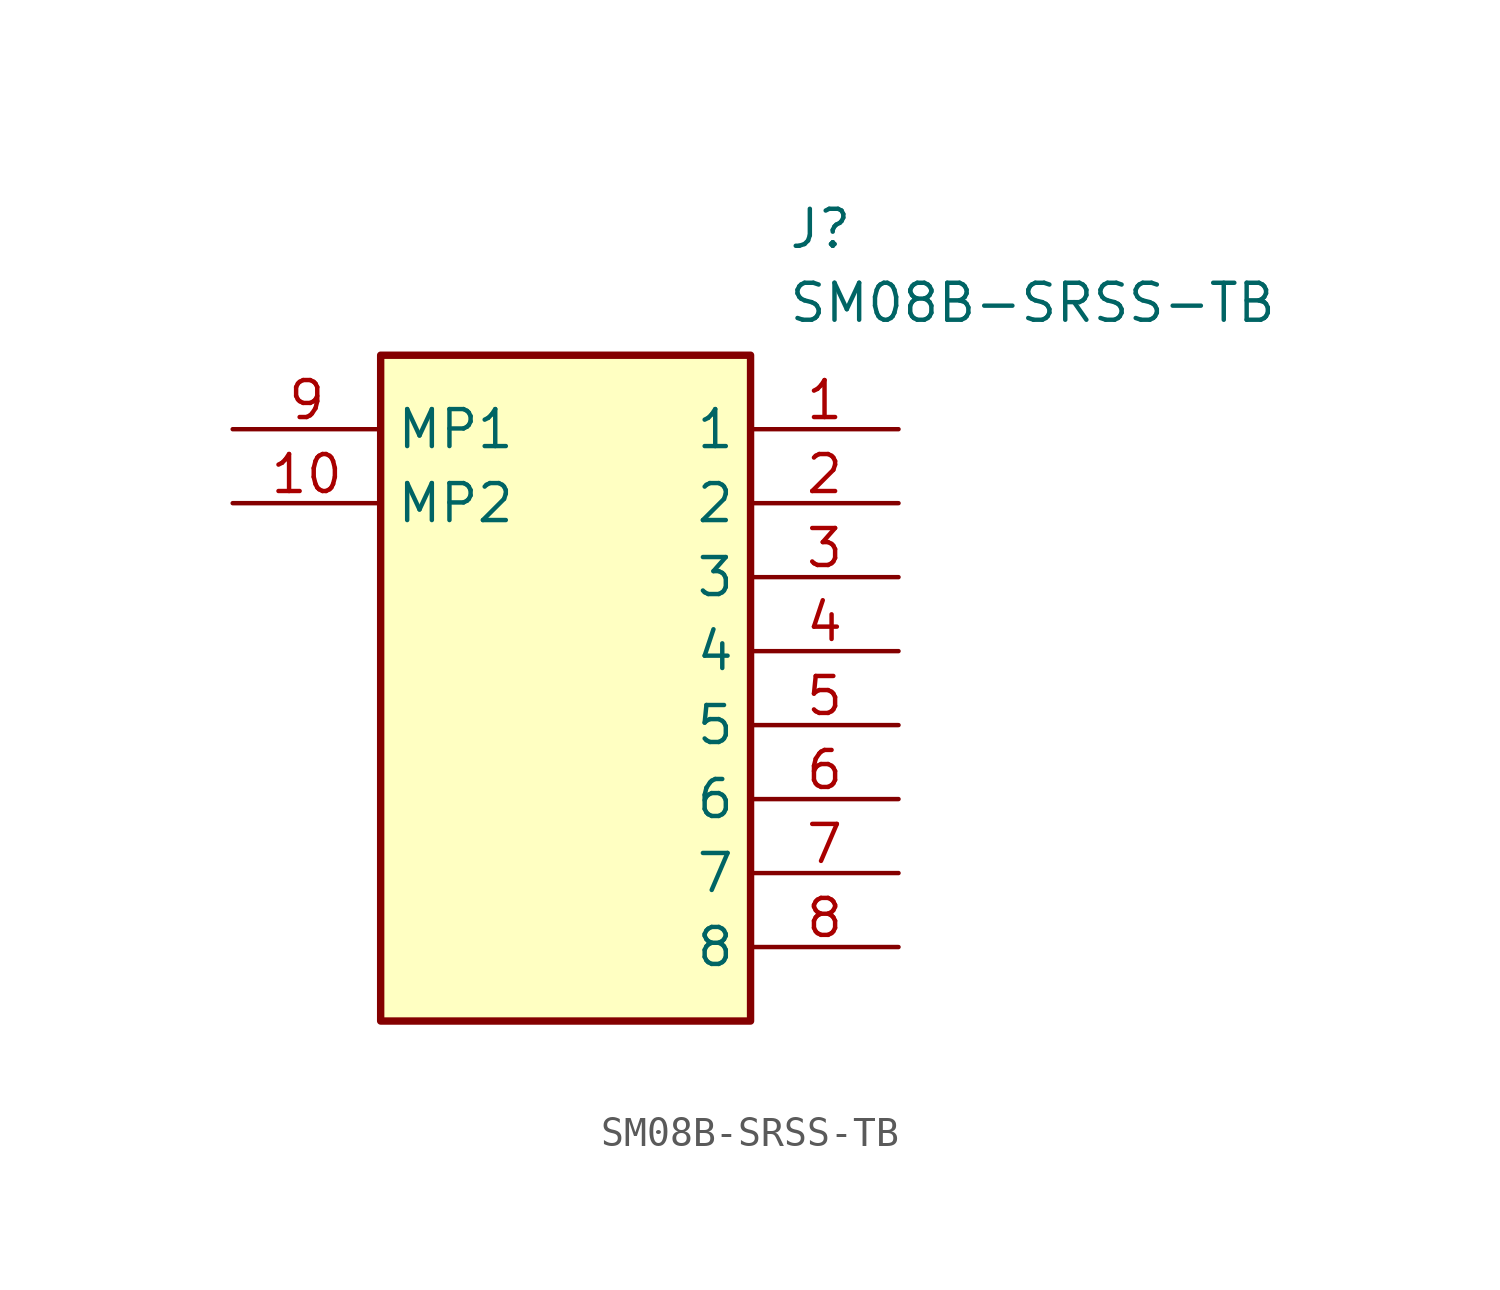
<source format=kicad_sym>
(kicad_symbol_lib
  (version 20211014)
  (generator SamacSys_ECAD_Model)
  (symbol "SM08B-SRSS-TB"
    (property "Reference" "J"
      (at 19.05 7.62 0)
      (effects (font (size 1.27 1.27)) (justify left top)))
    (property "Value" "SM08B-SRSS-TB"
      (at 19.05 5.08 0)
      (effects (font (size 1.27 1.27)) (justify left top)))
    (rectangle
      (start 5.08 2.54)
      (end 17.78 -20.32)
      (stroke (width 0.254) (type default))
      (fill (type background)))
    (pin passive line
      (at 22.86 0 180)
      (length 5.08)
      (name "1" (effects (font (size 1.27 1.27))))
      (number "1" (effects (font (size 1.27 1.27)))))
    (pin passive line
      (at 22.86 -2.54 180)
      (length 5.08)
      (name "2" (effects (font (size 1.27 1.27))))
      (number "2" (effects (font (size 1.27 1.27)))))
    (pin passive line
      (at 22.86 -5.08 180)
      (length 5.08)
      (name "3" (effects (font (size 1.27 1.27))))
      (number "3" (effects (font (size 1.27 1.27)))))
    (pin passive line
      (at 22.86 -7.62 180)
      (length 5.08)
      (name "4" (effects (font (size 1.27 1.27))))
      (number "4" (effects (font (size 1.27 1.27)))))
    (pin passive line
      (at 22.86 -10.16 180)
      (length 5.08)
      (name "5" (effects (font (size 1.27 1.27))))
      (number "5" (effects (font (size 1.27 1.27)))))
    (pin passive line
      (at 22.86 -12.7 180)
      (length 5.08)
      (name "6" (effects (font (size 1.27 1.27))))
      (number "6" (effects (font (size 1.27 1.27)))))
    (pin passive line
      (at 22.86 -15.24 180)
      (length 5.08)
      (name "7" (effects (font (size 1.27 1.27))))
      (number "7" (effects (font (size 1.27 1.27)))))
    (pin passive line
      (at 22.86 -17.78 180)
      (length 5.08)
      (name "8" (effects (font (size 1.27 1.27))))
      (number "8" (effects (font (size 1.27 1.27)))))
    (pin passive line
      (at 0 0 0)
      (length 5.08)
      (name "MP1" (effects (font (size 1.27 1.27))))
      (number "9" (effects (font (size 1.27 1.27)))))
    (pin passive line
      (at 0 -2.54 0)
      (length 5.08)
      (name "MP2" (effects (font (size 1.27 1.27))))
      (number "10" (effects (font (size 1.27 1.27)))))))
</source>
